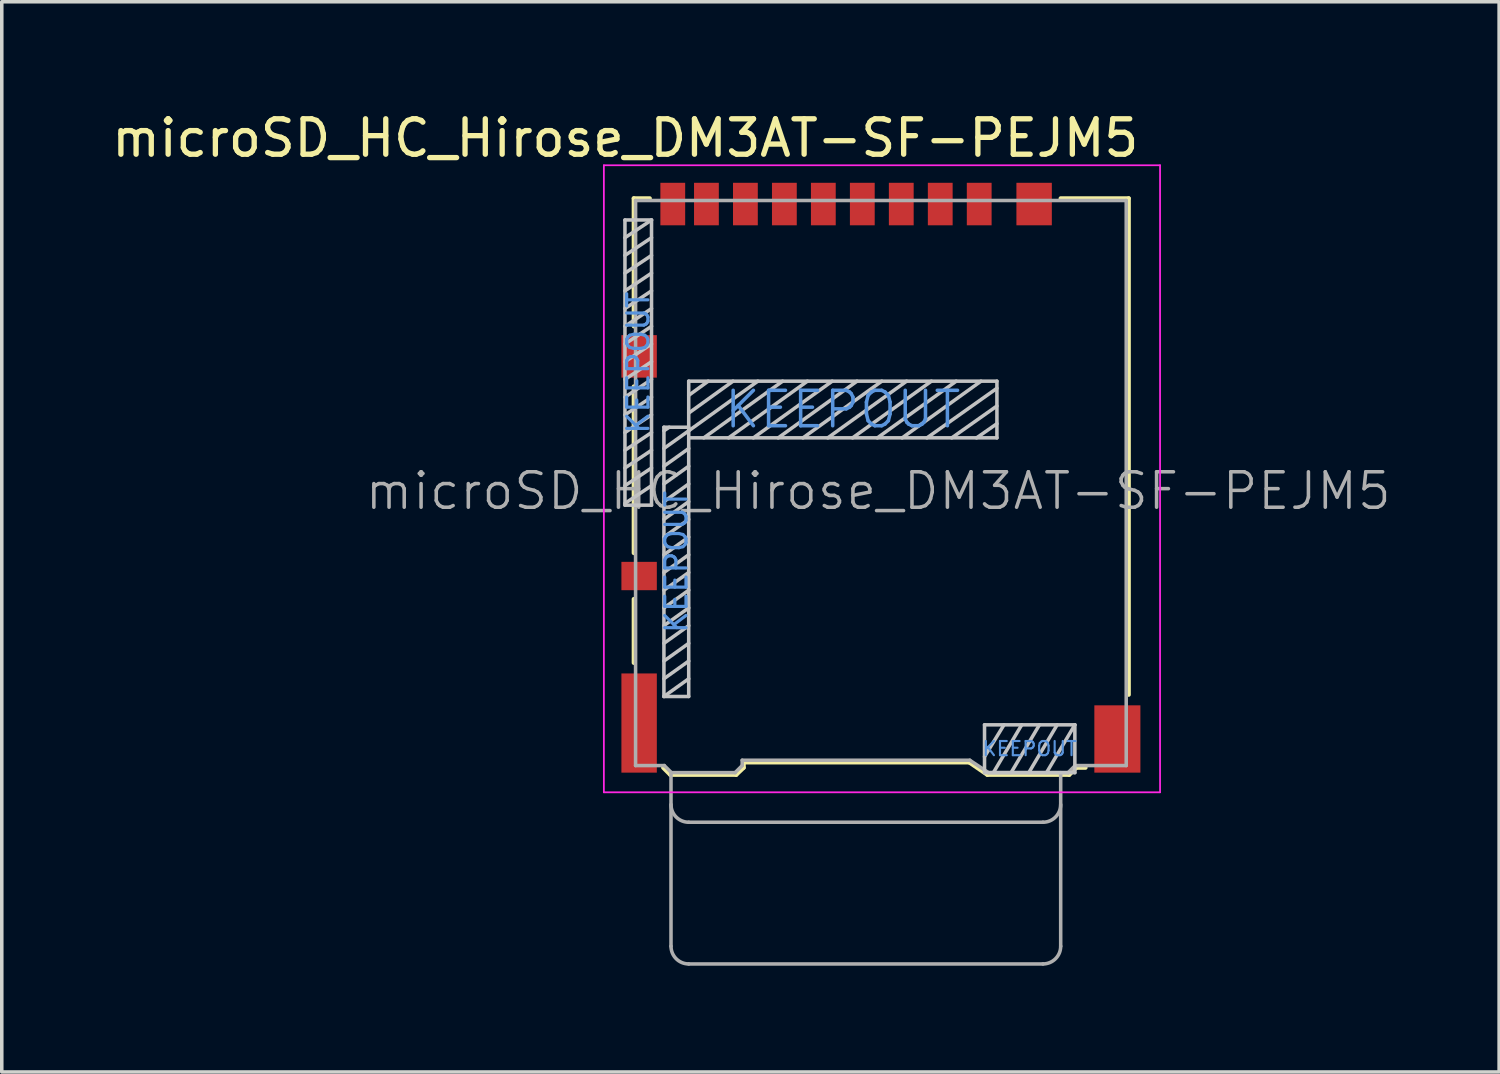
<source format=kicad_pcb>
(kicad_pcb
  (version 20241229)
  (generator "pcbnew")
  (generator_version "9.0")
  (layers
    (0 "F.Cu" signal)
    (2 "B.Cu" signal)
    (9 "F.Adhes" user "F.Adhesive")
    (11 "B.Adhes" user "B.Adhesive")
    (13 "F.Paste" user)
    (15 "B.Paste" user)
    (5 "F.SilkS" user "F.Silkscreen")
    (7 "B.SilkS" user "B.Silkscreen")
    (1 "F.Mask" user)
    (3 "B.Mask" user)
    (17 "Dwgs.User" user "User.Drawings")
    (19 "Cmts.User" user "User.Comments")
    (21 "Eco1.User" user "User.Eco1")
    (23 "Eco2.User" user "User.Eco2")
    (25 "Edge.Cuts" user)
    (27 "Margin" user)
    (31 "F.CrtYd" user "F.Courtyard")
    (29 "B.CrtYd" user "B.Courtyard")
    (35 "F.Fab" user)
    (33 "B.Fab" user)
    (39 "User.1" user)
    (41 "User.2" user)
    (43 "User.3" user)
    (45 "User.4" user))
  (footprint "microSD_HC_Hirose_DM3AT-SF-PEJM5"
    (layer "F.Cu")
    (at 21.816 10.435)
    (property "Reference" "microSD_HC_Hirose_DM3AT-SF-PEJM5" (at -7.215 -9.587 0) (layer "F.SilkS") (effects (font (size 1 1) (thickness 0.15))))
    (attr smd)
    (fp_line (start -6.975 -7.885) (end -6.975 -4.275) (stroke (width 0.12) (type solid)) (layer "F.SilkS"))
    (fp_line (start -6.975 -2.575) (end -6.975 2.125) (stroke (width 0.12) (type solid)) (layer "F.SilkS"))
    (fp_line (start -6.975 3.425) (end -6.975 5.225) (stroke (width 0.12) (type solid)) (layer "F.SilkS"))
    (fp_line (start -6.525 -7.885) (end -6.975 -7.885) (stroke (width 0.12) (type solid)) (layer "F.SilkS"))
    (fp_line (start -5.945 8.385) (end -6.145 8.185) (stroke (width 0.12) (type solid)) (layer "F.SilkS"))
    (fp_line (start -5.945 8.385) (end -4.085 8.385) (stroke (width 0.12) (type solid)) (layer "F.SilkS"))
    (fp_line (start -4.085 8.385) (end -3.875 8.185) (stroke (width 0.12) (type solid)) (layer "F.SilkS"))
    (fp_line (start -3.875 8.035) (end -3.875 8.185) (stroke (width 0.12) (type solid)) (layer "F.SilkS"))
    (fp_line (start -3.875 8.035) (end 2.495 8.035) (stroke (width 0.12) (type solid)) (layer "F.SilkS"))
    (fp_line (start 3.005 8.385) (end 2.495 8.035) (stroke (width 0.12) (type solid)) (layer "F.SilkS"))
    (fp_line (start 5.075 -7.885) (end 6.995 -7.885) (stroke (width 0.12) (type solid)) (layer "F.SilkS"))
    (fp_line (start 5.315 8.385) (end 3.005 8.385) (stroke (width 0.12) (type solid)) (layer "F.SilkS"))
    (fp_line (start 5.315 8.385) (end 5.515 8.185) (stroke (width 0.12) (type solid)) (layer "F.SilkS"))
    (fp_line (start 5.515 8.185) (end 5.775 8.185) (stroke (width 0.12) (type solid)) (layer "F.SilkS"))
    (fp_line (start 6.995 -7.885) (end 6.995 6.125) (stroke (width 0.12) (type solid)) (layer "F.SilkS"))
    (fp_line (start -7.225 -7.275) (end -6.475 -7.275) (stroke (width 0.1) (type solid)) (layer "Dwgs.User"))
    (fp_line (start -7.225 0.775) (end -7.225 -7.275) (stroke (width 0.1) (type solid)) (layer "Dwgs.User"))
    (fp_line (start -6.475 -7.275) (end -7.225 -6.775) (stroke (width 0.1) (type solid)) (layer "Dwgs.User"))
    (fp_line (start -6.475 -7.275) (end -6.475 0.775) (stroke (width 0.1) (type solid)) (layer "Dwgs.User"))
    (fp_line (start -6.475 -6.775) (end -7.225 -6.275) (stroke (width 0.1) (type solid)) (layer "Dwgs.User"))
    (fp_line (start -6.475 -6.275) (end -7.225 -5.775) (stroke (width 0.1) (type solid)) (layer "Dwgs.User"))
    (fp_line (start -6.475 -5.775) (end -7.225 -5.275) (stroke (width 0.1) (type solid)) (layer "Dwgs.User"))
    (fp_line (start -6.475 -5.275) (end -7.225 -4.775) (stroke (width 0.1) (type solid)) (layer "Dwgs.User"))
    (fp_line (start -6.475 -4.775) (end -7.225 -4.275) (stroke (width 0.1) (type solid)) (layer "Dwgs.User"))
    (fp_line (start -6.475 -4.275) (end -7.225 -3.775) (stroke (width 0.1) (type solid)) (layer "Dwgs.User"))
    (fp_line (start -6.475 -3.775) (end -7.225 -3.275) (stroke (width 0.1) (type solid)) (layer "Dwgs.User"))
    (fp_line (start -6.475 -3.275) (end -7.225 -2.775) (stroke (width 0.1) (type solid)) (layer "Dwgs.User"))
    (fp_line (start -6.475 -2.775) (end -7.225 -2.275) (stroke (width 0.1) (type solid)) (layer "Dwgs.User"))
    (fp_line (start -6.475 -2.275) (end -7.225 -1.775) (stroke (width 0.1) (type solid)) (layer "Dwgs.User"))
    (fp_line (start -6.475 -1.775) (end -7.225 -1.275) (stroke (width 0.1) (type solid)) (layer "Dwgs.User"))
    (fp_line (start -6.475 -1.275) (end -7.225 -0.775) (stroke (width 0.1) (type solid)) (layer "Dwgs.User"))
    (fp_line (start -6.475 -0.775) (end -7.225 -0.275) (stroke (width 0.1) (type solid)) (layer "Dwgs.User"))
    (fp_line (start -6.475 -0.275) (end -7.225 0.225) (stroke (width 0.1) (type solid)) (layer "Dwgs.User"))
    (fp_line (start -6.475 0.225) (end -7.225 0.725) (stroke (width 0.1) (type solid)) (layer "Dwgs.User"))
    (fp_line (start -6.475 0.775) (end -7.225 0.775) (stroke (width 0.1) (type solid)) (layer "Dwgs.User"))
    (fp_line (start -6.125 -1.425) (end -5.425 -1.425) (stroke (width 0.1) (type solid)) (layer "Dwgs.User"))
    (fp_line (start -6.125 -1.325) (end -5.975 -1.425) (stroke (width 0.1) (type solid)) (layer "Dwgs.User"))
    (fp_line (start -6.125 -0.825) (end -5.425 -1.325) (stroke (width 0.1) (type solid)) (layer "Dwgs.User"))
    (fp_line (start -6.125 -0.325) (end -5.425 -0.825) (stroke (width 0.1) (type solid)) (layer "Dwgs.User"))
    (fp_line (start -6.125 0.175) (end -5.425 -0.325) (stroke (width 0.1) (type solid)) (layer "Dwgs.User"))
    (fp_line (start -6.125 0.675) (end -5.425 0.175) (stroke (width 0.1) (type solid)) (layer "Dwgs.User"))
    (fp_line (start -6.125 1.175) (end -5.425 0.675) (stroke (width 0.1) (type solid)) (layer "Dwgs.User"))
    (fp_line (start -6.125 1.675) (end -5.425 1.175) (stroke (width 0.1) (type solid)) (layer "Dwgs.User"))
    (fp_line (start -6.125 2.175) (end -5.425 1.675) (stroke (width 0.1) (type solid)) (layer "Dwgs.User"))
    (fp_line (start -6.125 2.675) (end -5.425 2.175) (stroke (width 0.1) (type solid)) (layer "Dwgs.User"))
    (fp_line (start -6.125 3.175) (end -5.425 2.675) (stroke (width 0.1) (type solid)) (layer "Dwgs.User"))
    (fp_line (start -6.125 3.675) (end -5.425 3.175) (stroke (width 0.1) (type solid)) (layer "Dwgs.User"))
    (fp_line (start -6.125 4.175) (end -5.425 3.675) (stroke (width 0.1) (type solid)) (layer "Dwgs.User"))
    (fp_line (start -6.125 4.675) (end -5.425 4.175) (stroke (width 0.1) (type solid)) (layer "Dwgs.User"))
    (fp_line (start -6.125 5.175) (end -5.425 4.675) (stroke (width 0.1) (type solid)) (layer "Dwgs.User"))
    (fp_line (start -6.125 5.675) (end -5.425 5.175) (stroke (width 0.1) (type solid)) (layer "Dwgs.User"))
    (fp_line (start -6.125 6.175) (end -6.125 -1.425) (stroke (width 0.1) (type solid)) (layer "Dwgs.User"))
    (fp_line (start -6.125 6.175) (end -5.425 5.675) (stroke (width 0.1) (type solid)) (layer "Dwgs.User"))
    (fp_line (start -5.425 -2.725) (end -5.425 6.175) (stroke (width 0.1) (type solid)) (layer "Dwgs.User"))
    (fp_line (start -5.425 -2.725) (end 3.275 -2.725) (stroke (width 0.1) (type solid)) (layer "Dwgs.User"))
    (fp_line (start -5.425 -1.325) (end -3.475 -2.725) (stroke (width 0.1) (type solid)) (layer "Dwgs.User"))
    (fp_line (start -5.425 6.175) (end -6.125 6.175) (stroke (width 0.1) (type solid)) (layer "Dwgs.User"))
    (fp_line (start -4.875 -2.725) (end -5.425 -2.325) (stroke (width 0.1) (type solid)) (layer "Dwgs.User"))
    (fp_line (start -4.175 -2.725) (end -5.425 -1.825) (stroke (width 0.1) (type solid)) (layer "Dwgs.User"))
    (fp_line (start -2.775 -2.725) (end -5 -1.125) (stroke (width 0.1) (type solid)) (layer "Dwgs.User"))
    (fp_line (start -2.075 -2.725) (end -4.3 -1.125) (stroke (width 0.1) (type solid)) (layer "Dwgs.User"))
    (fp_line (start -1.375 -2.725) (end -3.6 -1.125) (stroke (width 0.1) (type solid)) (layer "Dwgs.User"))
    (fp_line (start -0.675 -2.725) (end -2.9 -1.125) (stroke (width 0.1) (type solid)) (layer "Dwgs.User"))
    (fp_line (start 0.025 -2.725) (end -2.2 -1.125) (stroke (width 0.1) (type solid)) (layer "Dwgs.User"))
    (fp_line (start 0.725 -2.725) (end -1.5 -1.125) (stroke (width 0.1) (type solid)) (layer "Dwgs.User"))
    (fp_line (start 1.425 -2.725) (end -0.8 -1.125) (stroke (width 0.1) (type solid)) (layer "Dwgs.User"))
    (fp_line (start 2.125 -2.725) (end -0.1 -1.125) (stroke (width 0.1) (type solid)) (layer "Dwgs.User"))
    (fp_line (start 2.825 -2.725) (end 0.6 -1.125) (stroke (width 0.1) (type solid)) (layer "Dwgs.User"))
    (fp_line (start 2.925 6.975) (end 5.475 6.975) (stroke (width 0.1) (type solid)) (layer "Dwgs.User"))
    (fp_line (start 2.925 8.325) (end 2.925 6.975) (stroke (width 0.1) (type solid)) (layer "Dwgs.User"))
    (fp_line (start 3.275 -2.725) (end 3.275 -1.125) (stroke (width 0.1) (type solid)) (layer "Dwgs.User"))
    (fp_line (start 3.275 -2.525) (end 1.3 -1.125) (stroke (width 0.1) (type solid)) (layer "Dwgs.User"))
    (fp_line (start 3.275 -2.025) (end 2 -1.125) (stroke (width 0.1) (type solid)) (layer "Dwgs.User"))
    (fp_line (start 3.275 -1.525) (end 2.7 -1.125) (stroke (width 0.1) (type solid)) (layer "Dwgs.User"))
    (fp_line (start 3.275 -1.125) (end -5.425 -1.125) (stroke (width 0.1) (type solid)) (layer "Dwgs.User"))
    (fp_line (start 3.475 6.975) (end 2.925 7.875) (stroke (width 0.1) (type solid)) (layer "Dwgs.User"))
    (fp_line (start 3.975 6.975) (end 3.175 8.325) (stroke (width 0.1) (type solid)) (layer "Dwgs.User"))
    (fp_line (start 4.475 6.975) (end 3.675 8.325) (stroke (width 0.1) (type solid)) (layer "Dwgs.User"))
    (fp_line (start 4.975 6.975) (end 4.175 8.325) (stroke (width 0.1) (type solid)) (layer "Dwgs.User"))
    (fp_line (start 5.475 6.975) (end 4.675 8.325) (stroke (width 0.1) (type solid)) (layer "Dwgs.User"))
    (fp_line (start 5.475 6.975) (end 5.475 8.325) (stroke (width 0.1) (type solid)) (layer "Dwgs.User"))
    (fp_line (start 5.475 8.325) (end 2.925 8.325) (stroke (width 0.1) (type solid)) (layer "Dwgs.User"))
    (fp_line (start -7.82 -8.82) (end 7.88 -8.82) (stroke (width 0.05) (type solid)) (layer "F.CrtYd"))
    (fp_line (start -7.82 8.88) (end -7.82 -8.82) (stroke (width 0.05) (type solid)) (layer "F.CrtYd"))
    (fp_line (start 7.88 -8.82) (end 7.88 8.88) (stroke (width 0.05) (type solid)) (layer "F.CrtYd"))
    (fp_line (start 7.88 8.88) (end -7.82 8.88) (stroke (width 0.05) (type solid)) (layer "F.CrtYd"))
    (fp_line (start -6.925 8.125) (end -6.925 -7.825) (stroke (width 0.1) (type solid)) (layer "F.Fab"))
    (fp_line (start -6.115 8.125) (end -6.925 8.125) (stroke (width 0.1) (type solid)) (layer "F.Fab"))
    (fp_line (start -5.925 8.325) (end -5.925 13.225) (stroke (width 0.1) (type solid)) (layer "F.Fab"))
    (fp_line (start -5.915 8.325) (end -6.115 8.125) (stroke (width 0.1) (type solid)) (layer "F.Fab"))
    (fp_line (start -5.425 9.725) (end 4.575 9.725) (stroke (width 0.1) (type solid)) (layer "F.Fab"))
    (fp_line (start -5.425 13.725) (end 4.575 13.725) (stroke (width 0.1) (type solid)) (layer "F.Fab"))
    (fp_line (start -4.115 8.325) (end -5.915 8.325) (stroke (width 0.1) (type solid)) (layer "F.Fab"))
    (fp_line (start -3.915 8.125) (end -4.115 8.325) (stroke (width 0.1) (type solid)) (layer "F.Fab"))
    (fp_line (start -3.915 8.125) (end -3.915 7.975) (stroke (width 0.1) (type solid)) (layer "F.Fab"))
    (fp_line (start 2.51 7.975) (end -3.915 7.975) (stroke (width 0.1) (type solid)) (layer "F.Fab"))
    (fp_line (start 3.035 8.325) (end 2.51 7.975) (stroke (width 0.1) (type solid)) (layer "F.Fab"))
    (fp_line (start 5.075 13.225) (end 5.075 8.325) (stroke (width 0.1) (type solid)) (layer "F.Fab"))
    (fp_line (start 5.285 8.325) (end 3.035 8.325) (stroke (width 0.1) (type solid)) (layer "F.Fab"))
    (fp_line (start 5.285 8.325) (end 5.485 8.125) (stroke (width 0.1) (type solid)) (layer "F.Fab"))
    (fp_line (start 5.485 8.125) (end 6.925 8.125) (stroke (width 0.1) (type solid)) (layer "F.Fab"))
    (fp_line (start 6.925 -7.825) (end -6.925 -7.825) (stroke (width 0.1) (type solid)) (layer "F.Fab"))
    (fp_line (start 6.925 8.125) (end 6.925 -7.825) (stroke (width 0.1) (type solid)) (layer "F.Fab"))
    (fp_arc (start -5.425 9.725) (mid -5.778553 9.578553) (end -5.925 9.225) (stroke (width 0.1) (type solid)) (layer "F.Fab"))
    (fp_arc (start -5.425 13.725) (mid -5.778553 13.578553) (end -5.925 13.225) (stroke (width 0.1) (type solid)) (layer "F.Fab"))
    (fp_arc (start 5.075 9.225) (mid 4.928553 9.578553) (end 4.575 9.725) (stroke (width 0.1) (type solid)) (layer "F.Fab"))
    (fp_arc (start 5.075 13.225) (mid 4.928553 13.578553) (end 4.575 13.725) (stroke (width 0.1) (type solid)) (layer "F.Fab"))
    (fp_text user "KEEPOUT" (at 4.2 7.65 0) (layer "Cmts.User") (effects (font (size 0.4 0.4) (thickness 0.06))))
    (fp_text user "KEEPOUT" (at -5.775 2.375 90) (layer "Cmts.User") (effects (font (size 0.6 0.6) (thickness 0.09))))
    (fp_text user "KEEPOUT" (at -1.075 -1.925 0) (layer "Cmts.User") (effects (font (size 1 1) (thickness 0.1))))
    (fp_text user "KEEPOUT" (at -6.85 -3.25 90) (layer "Cmts.User") (effects (font (size 0.6 0.6) (thickness 0.09))))
    (fp_text user "${REFERENCE}" (at -0.075 0.375 0) (layer "F.Fab") (effects (font (size 1 1) (thickness 0.1))))
    (pad "1" smd rect (at 2.775 -7.725) (size 0.7 1.2) (layers "F.Cu" "F.Mask" "F.Paste"))
    (pad "2" smd rect (at 1.675 -7.725) (size 0.7 1.2) (layers "F.Cu" "F.Mask" "F.Paste"))
    (pad "3" smd rect (at 0.575 -7.725) (size 0.7 1.2) (layers "F.Cu" "F.Mask" "F.Paste"))
    (pad "4" smd rect (at -0.525 -7.725) (size 0.7 1.2) (layers "F.Cu" "F.Mask" "F.Paste"))
    (pad "5" smd rect (at -1.625 -7.725) (size 0.7 1.2) (layers "F.Cu" "F.Mask" "F.Paste"))
    (pad "6" smd rect (at -2.725 -7.725) (size 0.7 1.2) (layers "F.Cu" "F.Mask" "F.Paste"))
    (pad "7" smd rect (at -3.825 -7.725) (size 0.7 1.2) (layers "F.Cu" "F.Mask" "F.Paste"))
    (pad "8" smd rect (at -4.925 -7.725) (size 0.7 1.2) (layers "F.Cu" "F.Mask" "F.Paste"))
    (pad "9" smd rect (at -5.875 -7.725) (size 0.7 1.2) (layers "F.Cu" "F.Mask" "F.Paste"))
    (pad "10" smd rect (at -6.825 2.775) (size 1 0.8) (layers "F.Cu" "F.Mask" "F.Paste"))
    (pad "11" smd rect (at -6.825 -3.425) (size 1 1.2) (layers "F.Cu" "F.Mask" "F.Paste"))
    (pad "12" smd rect (at 4.325 -7.725) (size 1 1.2) (layers "F.Cu" "F.Mask" "F.Paste"))
    (pad "13" smd rect (at 6.675 7.375) (size 1.3 1.9) (layers "F.Cu" "F.Mask" "F.Paste"))
    (pad "14" smd rect (at -6.825 6.925) (size 1 2.8) (layers "F.Cu" "F.Mask" "F.Paste")))
  (gr_rect
    (start -3 -3)
    (end 39.267 27.21)
    (stroke (width 0.1) (type default))
    (fill no)
    (layer "Edge.Cuts")))
</source>
